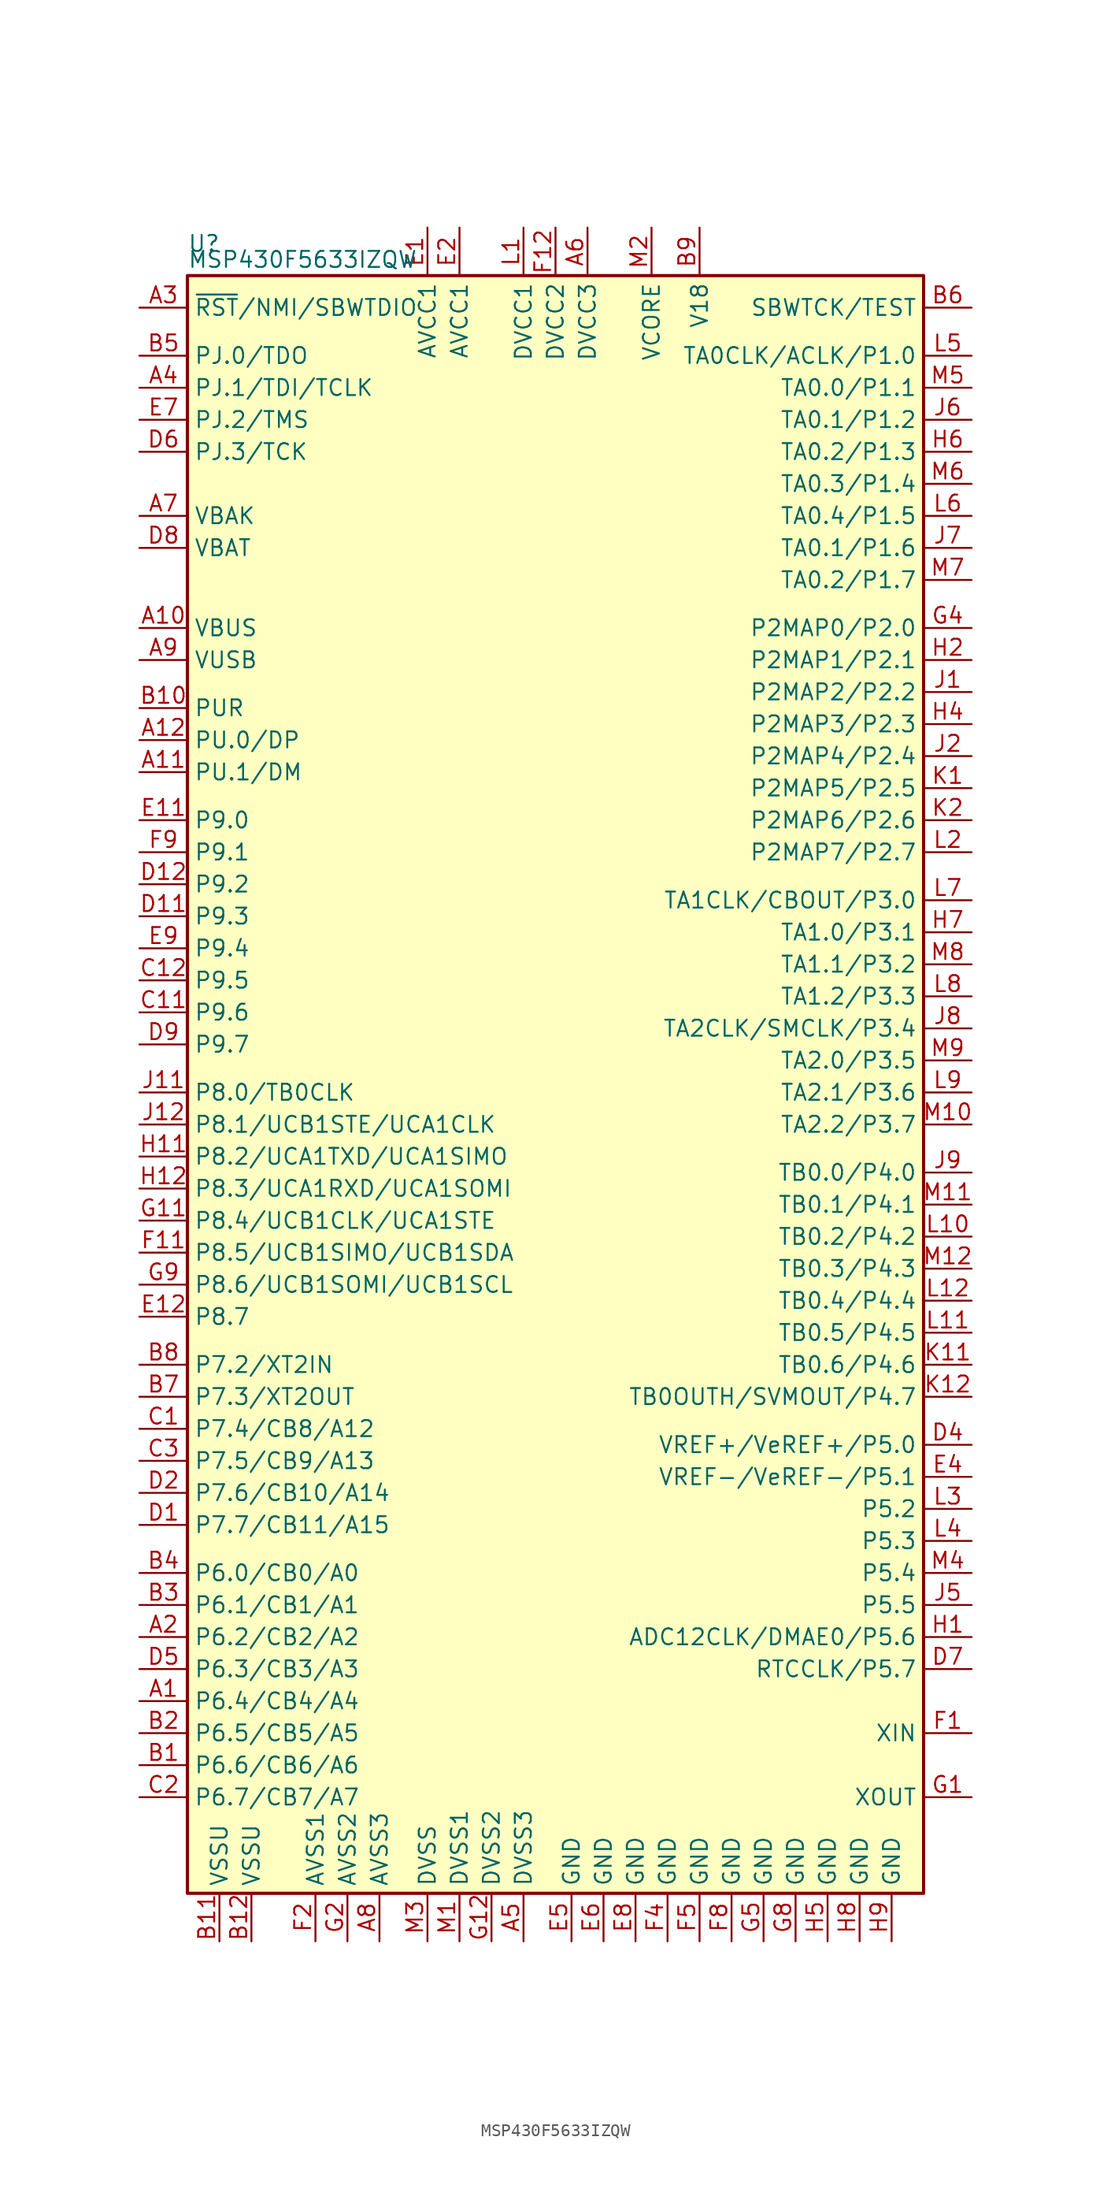
<source format=kicad_sym>
(kicad_symbol_lib
  (version 20201005)
  (generator kicad_symbol_editor)
  (symbol "MCU_Texas_MSP430:MSP430F5633IZQW"
    (property "Reference" "U"
      (at -29.21 66.04 0)
      (effects (font (size 1.27 1.27)) (justify left)))
    (property "Value" "MSP430F5633IZQW"
      (at -29.21 64.77 0)
      (effects (font (size 1.27 1.27)) (justify left)))
    (symbol "MSP430F5633IZQW_0_1"
      (rectangle (start -29.21 63.5) (end 29.21 -64.77) (stroke (width 0.254)) (fill (type background))))
    (symbol "MSP430F5633IZQW_1_1"
      (pin bidirectional line (at -33.02 -49.53 0) (length 3.81) (name "P6.4/CB4/A4" (effects (font (size 1.27 1.27)))) (number "A1" (effects (font (size 1.27 1.27)))))
      (pin bidirectional line (at -33.02 35.56 0) (length 3.81) (name "VBUS" (effects (font (size 1.27 1.27)))) (number "A10" (effects (font (size 1.27 1.27)))))
      (pin bidirectional line (at -33.02 24.13 0) (length 3.81) (name "PU.1/DM" (effects (font (size 1.27 1.27)))) (number "A11" (effects (font (size 1.27 1.27)))))
      (pin bidirectional line (at -33.02 26.67 0) (length 3.81) (name "PU.0/DP" (effects (font (size 1.27 1.27)))) (number "A12" (effects (font (size 1.27 1.27)))))
      (pin bidirectional line (at -33.02 -44.45 0) (length 3.81) (name "P6.2/CB2/A2" (effects (font (size 1.27 1.27)))) (number "A2" (effects (font (size 1.27 1.27)))))
      (pin input line (at -33.02 60.96 0) (length 3.81) (name "~RST~/NMI/SBWTDIO" (effects (font (size 1.27 1.27)))) (number "A3" (effects (font (size 1.27 1.27)))))
      (pin bidirectional line (at -33.02 54.61 0) (length 3.81) (name "PJ.1/TDI/TCLK" (effects (font (size 1.27 1.27)))) (number "A4" (effects (font (size 1.27 1.27)))))
      (pin power_in line (at -2.54 -68.58 90) (length 3.81) (name "DVSS3" (effects (font (size 1.27 1.27)))) (number "A5" (effects (font (size 1.27 1.27)))))
      (pin power_in line (at 2.54 67.31 270) (length 3.81) (name "DVCC3" (effects (font (size 1.27 1.27)))) (number "A6" (effects (font (size 1.27 1.27)))))
      (pin bidirectional line (at -33.02 44.45 0) (length 3.81) (name "VBAK" (effects (font (size 1.27 1.27)))) (number "A7" (effects (font (size 1.27 1.27)))))
      (pin power_in line (at -13.97 -68.58 90) (length 3.81) (name "AVSS3" (effects (font (size 1.27 1.27)))) (number "A8" (effects (font (size 1.27 1.27)))))
      (pin bidirectional line (at -33.02 33.02 0) (length 3.81) (name "VUSB" (effects (font (size 1.27 1.27)))) (number "A9" (effects (font (size 1.27 1.27)))))
      (pin bidirectional line (at -33.02 -54.61 0) (length 3.81) (name "P6.6/CB6/A6" (effects (font (size 1.27 1.27)))) (number "B1" (effects (font (size 1.27 1.27)))))
      (pin bidirectional line (at -33.02 29.21 0) (length 3.81) (name "PUR" (effects (font (size 1.27 1.27)))) (number "B10" (effects (font (size 1.27 1.27)))))
      (pin power_in line (at -26.67 -68.58 90) (length 3.81) (name "VSSU" (effects (font (size 1.27 1.27)))) (number "B11" (effects (font (size 1.27 1.27)))))
      (pin power_in line (at -24.13 -68.58 90) (length 3.81) (name "VSSU" (effects (font (size 1.27 1.27)))) (number "B12" (effects (font (size 1.27 1.27)))))
      (pin bidirectional line (at -33.02 -52.07 0) (length 3.81) (name "P6.5/CB5/A5" (effects (font (size 1.27 1.27)))) (number "B2" (effects (font (size 1.27 1.27)))))
      (pin bidirectional line (at -33.02 -41.91 0) (length 3.81) (name "P6.1/CB1/A1" (effects (font (size 1.27 1.27)))) (number "B3" (effects (font (size 1.27 1.27)))))
      (pin bidirectional line (at -33.02 -39.37 0) (length 3.81) (name "P6.0/CB0/A0" (effects (font (size 1.27 1.27)))) (number "B4" (effects (font (size 1.27 1.27)))))
      (pin bidirectional line (at -33.02 57.15 0) (length 3.81) (name "PJ.0/TDO" (effects (font (size 1.27 1.27)))) (number "B5" (effects (font (size 1.27 1.27)))))
      (pin input line (at 33.02 60.96 180) (length 3.81) (name "SBWTCK/TEST" (effects (font (size 1.27 1.27)))) (number "B6" (effects (font (size 1.27 1.27)))))
      (pin bidirectional line (at -33.02 -25.4 0) (length 3.81) (name "P7.3/XT2OUT" (effects (font (size 1.27 1.27)))) (number "B7" (effects (font (size 1.27 1.27)))))
      (pin bidirectional line (at -33.02 -22.86 0) (length 3.81) (name "P7.2/XT2IN" (effects (font (size 1.27 1.27)))) (number "B8" (effects (font (size 1.27 1.27)))))
      (pin passive line (at 11.43 67.31 270) (length 3.81) (name "V18" (effects (font (size 1.27 1.27)))) (number "B9" (effects (font (size 1.27 1.27)))))
      (pin bidirectional line (at -33.02 -27.94 0) (length 3.81) (name "P7.4/CB8/A12" (effects (font (size 1.27 1.27)))) (number "C1" (effects (font (size 1.27 1.27)))))
      (pin bidirectional line (at -33.02 5.08 0) (length 3.81) (name "P9.6" (effects (font (size 1.27 1.27)))) (number "C11" (effects (font (size 1.27 1.27)))))
      (pin bidirectional line (at -33.02 7.62 0) (length 3.81) (name "P9.5" (effects (font (size 1.27 1.27)))) (number "C12" (effects (font (size 1.27 1.27)))))
      (pin bidirectional line (at -33.02 -57.15 0) (length 3.81) (name "P6.7/CB7/A7" (effects (font (size 1.27 1.27)))) (number "C2" (effects (font (size 1.27 1.27)))))
      (pin bidirectional line (at -33.02 -30.48 0) (length 3.81) (name "P7.5/CB9/A13" (effects (font (size 1.27 1.27)))) (number "C3" (effects (font (size 1.27 1.27)))))
      (pin bidirectional line (at -33.02 -35.56 0) (length 3.81) (name "P7.7/CB11/A15" (effects (font (size 1.27 1.27)))) (number "D1" (effects (font (size 1.27 1.27)))))
      (pin bidirectional line (at -33.02 12.7 0) (length 3.81) (name "P9.3" (effects (font (size 1.27 1.27)))) (number "D11" (effects (font (size 1.27 1.27)))))
      (pin bidirectional line (at -33.02 15.24 0) (length 3.81) (name "P9.2" (effects (font (size 1.27 1.27)))) (number "D12" (effects (font (size 1.27 1.27)))))
      (pin bidirectional line (at -33.02 -33.02 0) (length 3.81) (name "P7.6/CB10/A14" (effects (font (size 1.27 1.27)))) (number "D2" (effects (font (size 1.27 1.27)))))
      (pin bidirectional line (at 33.02 -29.21 180) (length 3.81) (name "VREF+/VeREF+/P5.0" (effects (font (size 1.27 1.27)))) (number "D4" (effects (font (size 1.27 1.27)))))
      (pin bidirectional line (at -33.02 -46.99 0) (length 3.81) (name "P6.3/CB3/A3" (effects (font (size 1.27 1.27)))) (number "D5" (effects (font (size 1.27 1.27)))))
      (pin bidirectional line (at -33.02 49.53 0) (length 3.81) (name "PJ.3/TCK" (effects (font (size 1.27 1.27)))) (number "D6" (effects (font (size 1.27 1.27)))))
      (pin bidirectional line (at 33.02 -46.99 180) (length 3.81) (name "RTCCLK/P5.7" (effects (font (size 1.27 1.27)))) (number "D7" (effects (font (size 1.27 1.27)))))
      (pin bidirectional line (at -33.02 41.91 0) (length 3.81) (name "VBAT" (effects (font (size 1.27 1.27)))) (number "D8" (effects (font (size 1.27 1.27)))))
      (pin bidirectional line (at -33.02 2.54 0) (length 3.81) (name "P9.7" (effects (font (size 1.27 1.27)))) (number "D9" (effects (font (size 1.27 1.27)))))
      (pin power_in line (at -10.16 67.31 270) (length 3.81) (name "AVCC1" (effects (font (size 1.27 1.27)))) (number "E1" (effects (font (size 1.27 1.27)))))
      (pin bidirectional line (at -33.02 20.32 0) (length 3.81) (name "P9.0" (effects (font (size 1.27 1.27)))) (number "E11" (effects (font (size 1.27 1.27)))))
      (pin bidirectional line (at -33.02 -19.05 0) (length 3.81) (name "P8.7" (effects (font (size 1.27 1.27)))) (number "E12" (effects (font (size 1.27 1.27)))))
      (pin power_in line (at -7.62 67.31 270) (length 3.81) (name "AVCC1" (effects (font (size 1.27 1.27)))) (number "E2" (effects (font (size 1.27 1.27)))))
      (pin bidirectional line (at 33.02 -31.75 180) (length 3.81) (name "VREF-/VeREF-/P5.1" (effects (font (size 1.27 1.27)))) (number "E4" (effects (font (size 1.27 1.27)))))
      (pin power_in line (at 1.27 -68.58 90) (length 3.81) (name "GND" (effects (font (size 1.27 1.27)))) (number "E5" (effects (font (size 1.27 1.27)))))
      (pin power_in line (at 3.81 -68.58 90) (length 3.81) (name "GND" (effects (font (size 1.27 1.27)))) (number "E6" (effects (font (size 1.27 1.27)))))
      (pin bidirectional line (at -33.02 52.07 0) (length 3.81) (name "PJ.2/TMS" (effects (font (size 1.27 1.27)))) (number "E7" (effects (font (size 1.27 1.27)))))
      (pin power_in line (at 6.35 -68.58 90) (length 3.81) (name "GND" (effects (font (size 1.27 1.27)))) (number "E8" (effects (font (size 1.27 1.27)))))
      (pin bidirectional line (at -33.02 10.16 0) (length 3.81) (name "P9.4" (effects (font (size 1.27 1.27)))) (number "E9" (effects (font (size 1.27 1.27)))))
      (pin bidirectional line (at 33.02 -52.07 180) (length 3.81) (name "XIN" (effects (font (size 1.27 1.27)))) (number "F1" (effects (font (size 1.27 1.27)))))
      (pin bidirectional line (at -33.02 -13.97 0) (length 3.81) (name "P8.5/UCB1SIMO/UCB1SDA" (effects (font (size 1.27 1.27)))) (number "F11" (effects (font (size 1.27 1.27)))))
      (pin power_in line (at 0 67.31 270) (length 3.81) (name "DVCC2" (effects (font (size 1.27 1.27)))) (number "F12" (effects (font (size 1.27 1.27)))))
      (pin power_in line (at -19.05 -68.58 90) (length 3.81) (name "AVSS1" (effects (font (size 1.27 1.27)))) (number "F2" (effects (font (size 1.27 1.27)))))
      (pin power_in line (at 8.89 -68.58 90) (length 3.81) (name "GND" (effects (font (size 1.27 1.27)))) (number "F4" (effects (font (size 1.27 1.27)))))
      (pin power_in line (at 11.43 -68.58 90) (length 3.81) (name "GND" (effects (font (size 1.27 1.27)))) (number "F5" (effects (font (size 1.27 1.27)))))
      (pin power_in line (at 13.97 -68.58 90) (length 3.81) (name "GND" (effects (font (size 1.27 1.27)))) (number "F8" (effects (font (size 1.27 1.27)))))
      (pin bidirectional line (at -33.02 17.78 0) (length 3.81) (name "P9.1" (effects (font (size 1.27 1.27)))) (number "F9" (effects (font (size 1.27 1.27)))))
      (pin bidirectional line (at 33.02 -57.15 180) (length 3.81) (name "XOUT" (effects (font (size 1.27 1.27)))) (number "G1" (effects (font (size 1.27 1.27)))))
      (pin bidirectional line (at -33.02 -11.43 0) (length 3.81) (name "P8.4/UCB1CLK/UCA1STE" (effects (font (size 1.27 1.27)))) (number "G11" (effects (font (size 1.27 1.27)))))
      (pin power_in line (at -5.08 -68.58 90) (length 3.81) (name "DVSS2" (effects (font (size 1.27 1.27)))) (number "G12" (effects (font (size 1.27 1.27)))))
      (pin power_in line (at -16.51 -68.58 90) (length 3.81) (name "AVSS2" (effects (font (size 1.27 1.27)))) (number "G2" (effects (font (size 1.27 1.27)))))
      (pin bidirectional line (at 33.02 35.56 180) (length 3.81) (name "P2MAP0/P2.0" (effects (font (size 1.27 1.27)))) (number "G4" (effects (font (size 1.27 1.27)))))
      (pin power_in line (at 16.51 -68.58 90) (length 3.81) (name "GND" (effects (font (size 1.27 1.27)))) (number "G5" (effects (font (size 1.27 1.27)))))
      (pin power_in line (at 19.05 -68.58 90) (length 3.81) (name "GND" (effects (font (size 1.27 1.27)))) (number "G8" (effects (font (size 1.27 1.27)))))
      (pin bidirectional line (at -33.02 -16.51 0) (length 3.81) (name "P8.6/UCB1SOMI/UCB1SCL" (effects (font (size 1.27 1.27)))) (number "G9" (effects (font (size 1.27 1.27)))))
      (pin bidirectional line (at 33.02 -44.45 180) (length 3.81) (name "ADC12CLK/DMAE0/P5.6" (effects (font (size 1.27 1.27)))) (number "H1" (effects (font (size 1.27 1.27)))))
      (pin bidirectional line (at -33.02 -6.35 0) (length 3.81) (name "P8.2/UCA1TXD/UCA1SIMO" (effects (font (size 1.27 1.27)))) (number "H11" (effects (font (size 1.27 1.27)))))
      (pin bidirectional line (at -33.02 -8.89 0) (length 3.81) (name "P8.3/UCA1RXD/UCA1SOMI" (effects (font (size 1.27 1.27)))) (number "H12" (effects (font (size 1.27 1.27)))))
      (pin bidirectional line (at 33.02 33.02 180) (length 3.81) (name "P2MAP1/P2.1" (effects (font (size 1.27 1.27)))) (number "H2" (effects (font (size 1.27 1.27)))))
      (pin bidirectional line (at 33.02 27.94 180) (length 3.81) (name "P2MAP3/P2.3" (effects (font (size 1.27 1.27)))) (number "H4" (effects (font (size 1.27 1.27)))))
      (pin power_in line (at 21.59 -68.58 90) (length 3.81) (name "GND" (effects (font (size 1.27 1.27)))) (number "H5" (effects (font (size 1.27 1.27)))))
      (pin bidirectional line (at 33.02 49.53 180) (length 3.81) (name "TA0.2/P1.3" (effects (font (size 1.27 1.27)))) (number "H6" (effects (font (size 1.27 1.27)))))
      (pin bidirectional line (at 33.02 11.43 180) (length 3.81) (name "TA1.0/P3.1" (effects (font (size 1.27 1.27)))) (number "H7" (effects (font (size 1.27 1.27)))))
      (pin power_in line (at 24.13 -68.58 90) (length 3.81) (name "GND" (effects (font (size 1.27 1.27)))) (number "H8" (effects (font (size 1.27 1.27)))))
      (pin power_in line (at 26.67 -68.58 90) (length 3.81) (name "GND" (effects (font (size 1.27 1.27)))) (number "H9" (effects (font (size 1.27 1.27)))))
      (pin bidirectional line (at 33.02 30.48 180) (length 3.81) (name "P2MAP2/P2.2" (effects (font (size 1.27 1.27)))) (number "J1" (effects (font (size 1.27 1.27)))))
      (pin bidirectional line (at -33.02 -1.27 0) (length 3.81) (name "P8.0/TB0CLK" (effects (font (size 1.27 1.27)))) (number "J11" (effects (font (size 1.27 1.27)))))
      (pin bidirectional line (at -33.02 -3.81 0) (length 3.81) (name "P8.1/UCB1STE/UCA1CLK" (effects (font (size 1.27 1.27)))) (number "J12" (effects (font (size 1.27 1.27)))))
      (pin bidirectional line (at 33.02 25.4 180) (length 3.81) (name "P2MAP4/P2.4" (effects (font (size 1.27 1.27)))) (number "J2" (effects (font (size 1.27 1.27)))))
      (pin bidirectional line (at 33.02 -41.91 180) (length 3.81) (name "P5.5" (effects (font (size 1.27 1.27)))) (number "J5" (effects (font (size 1.27 1.27)))))
      (pin bidirectional line (at 33.02 52.07 180) (length 3.81) (name "TA0.1/P1.2" (effects (font (size 1.27 1.27)))) (number "J6" (effects (font (size 1.27 1.27)))))
      (pin bidirectional line (at 33.02 41.91 180) (length 3.81) (name "TA0.1/P1.6" (effects (font (size 1.27 1.27)))) (number "J7" (effects (font (size 1.27 1.27)))))
      (pin bidirectional line (at 33.02 3.81 180) (length 3.81) (name "TA2CLK/SMCLK/P3.4" (effects (font (size 1.27 1.27)))) (number "J8" (effects (font (size 1.27 1.27)))))
      (pin bidirectional line (at 33.02 -7.62 180) (length 3.81) (name "TB0.0/P4.0" (effects (font (size 1.27 1.27)))) (number "J9" (effects (font (size 1.27 1.27)))))
      (pin bidirectional line (at 33.02 22.86 180) (length 3.81) (name "P2MAP5/P2.5" (effects (font (size 1.27 1.27)))) (number "K1" (effects (font (size 1.27 1.27)))))
      (pin bidirectional line (at 33.02 -22.86 180) (length 3.81) (name "TB0.6/P4.6" (effects (font (size 1.27 1.27)))) (number "K11" (effects (font (size 1.27 1.27)))))
      (pin bidirectional line (at 33.02 -25.4 180) (length 3.81) (name "TB0OUTH/SVMOUT/P4.7" (effects (font (size 1.27 1.27)))) (number "K12" (effects (font (size 1.27 1.27)))))
      (pin bidirectional line (at 33.02 20.32 180) (length 3.81) (name "P2MAP6/P2.6" (effects (font (size 1.27 1.27)))) (number "K2" (effects (font (size 1.27 1.27)))))
      (pin power_in line (at -2.54 67.31 270) (length 3.81) (name "DVCC1" (effects (font (size 1.27 1.27)))) (number "L1" (effects (font (size 1.27 1.27)))))
      (pin bidirectional line (at 33.02 -12.7 180) (length 3.81) (name "TB0.2/P4.2" (effects (font (size 1.27 1.27)))) (number "L10" (effects (font (size 1.27 1.27)))))
      (pin bidirectional line (at 33.02 -20.32 180) (length 3.81) (name "TB0.5/P4.5" (effects (font (size 1.27 1.27)))) (number "L11" (effects (font (size 1.27 1.27)))))
      (pin bidirectional line (at 33.02 -17.78 180) (length 3.81) (name "TB0.4/P4.4" (effects (font (size 1.27 1.27)))) (number "L12" (effects (font (size 1.27 1.27)))))
      (pin bidirectional line (at 33.02 17.78 180) (length 3.81) (name "P2MAP7/P2.7" (effects (font (size 1.27 1.27)))) (number "L2" (effects (font (size 1.27 1.27)))))
      (pin bidirectional line (at 33.02 -34.29 180) (length 3.81) (name "P5.2" (effects (font (size 1.27 1.27)))) (number "L3" (effects (font (size 1.27 1.27)))))
      (pin bidirectional line (at 33.02 -36.83 180) (length 3.81) (name "P5.3" (effects (font (size 1.27 1.27)))) (number "L4" (effects (font (size 1.27 1.27)))))
      (pin bidirectional line (at 33.02 57.15 180) (length 3.81) (name "TA0CLK/ACLK/P1.0" (effects (font (size 1.27 1.27)))) (number "L5" (effects (font (size 1.27 1.27)))))
      (pin bidirectional line (at 33.02 44.45 180) (length 3.81) (name "TA0.4/P1.5" (effects (font (size 1.27 1.27)))) (number "L6" (effects (font (size 1.27 1.27)))))
      (pin bidirectional line (at 33.02 13.97 180) (length 3.81) (name "TA1CLK/CBOUT/P3.0" (effects (font (size 1.27 1.27)))) (number "L7" (effects (font (size 1.27 1.27)))))
      (pin bidirectional line (at 33.02 6.35 180) (length 3.81) (name "TA1.2/P3.3" (effects (font (size 1.27 1.27)))) (number "L8" (effects (font (size 1.27 1.27)))))
      (pin bidirectional line (at 33.02 -1.27 180) (length 3.81) (name "TA2.1/P3.6" (effects (font (size 1.27 1.27)))) (number "L9" (effects (font (size 1.27 1.27)))))
      (pin power_in line (at -7.62 -68.58 90) (length 3.81) (name "DVSS1" (effects (font (size 1.27 1.27)))) (number "M1" (effects (font (size 1.27 1.27)))))
      (pin bidirectional line (at 33.02 -3.81 180) (length 3.81) (name "TA2.2/P3.7" (effects (font (size 1.27 1.27)))) (number "M10" (effects (font (size 1.27 1.27)))))
      (pin bidirectional line (at 33.02 -10.16 180) (length 3.81) (name "TB0.1/P4.1" (effects (font (size 1.27 1.27)))) (number "M11" (effects (font (size 1.27 1.27)))))
      (pin bidirectional line (at 33.02 -15.24 180) (length 3.81) (name "TB0.3/P4.3" (effects (font (size 1.27 1.27)))) (number "M12" (effects (font (size 1.27 1.27)))))
      (pin bidirectional line (at 7.62 67.31 270) (length 3.81) (name "VCORE" (effects (font (size 1.27 1.27)))) (number "M2" (effects (font (size 1.27 1.27)))))
      (pin power_in line (at -10.16 -68.58 90) (length 3.81) (name "DVSS" (effects (font (size 1.27 1.27)))) (number "M3" (effects (font (size 1.27 1.27)))))
      (pin bidirectional line (at 33.02 -39.37 180) (length 3.81) (name "P5.4" (effects (font (size 1.27 1.27)))) (number "M4" (effects (font (size 1.27 1.27)))))
      (pin bidirectional line (at 33.02 54.61 180) (length 3.81) (name "TA0.0/P1.1" (effects (font (size 1.27 1.27)))) (number "M5" (effects (font (size 1.27 1.27)))))
      (pin bidirectional line (at 33.02 46.99 180) (length 3.81) (name "TA0.3/P1.4" (effects (font (size 1.27 1.27)))) (number "M6" (effects (font (size 1.27 1.27)))))
      (pin bidirectional line (at 33.02 39.37 180) (length 3.81) (name "TA0.2/P1.7" (effects (font (size 1.27 1.27)))) (number "M7" (effects (font (size 1.27 1.27)))))
      (pin bidirectional line (at 33.02 8.89 180) (length 3.81) (name "TA1.1/P3.2" (effects (font (size 1.27 1.27)))) (number "M8" (effects (font (size 1.27 1.27)))))
      (pin bidirectional line (at 33.02 1.27 180) (length 3.81) (name "TA2.0/P3.5" (effects (font (size 1.27 1.27)))) (number "M9" (effects (font (size 1.27 1.27))))))))
</source>
